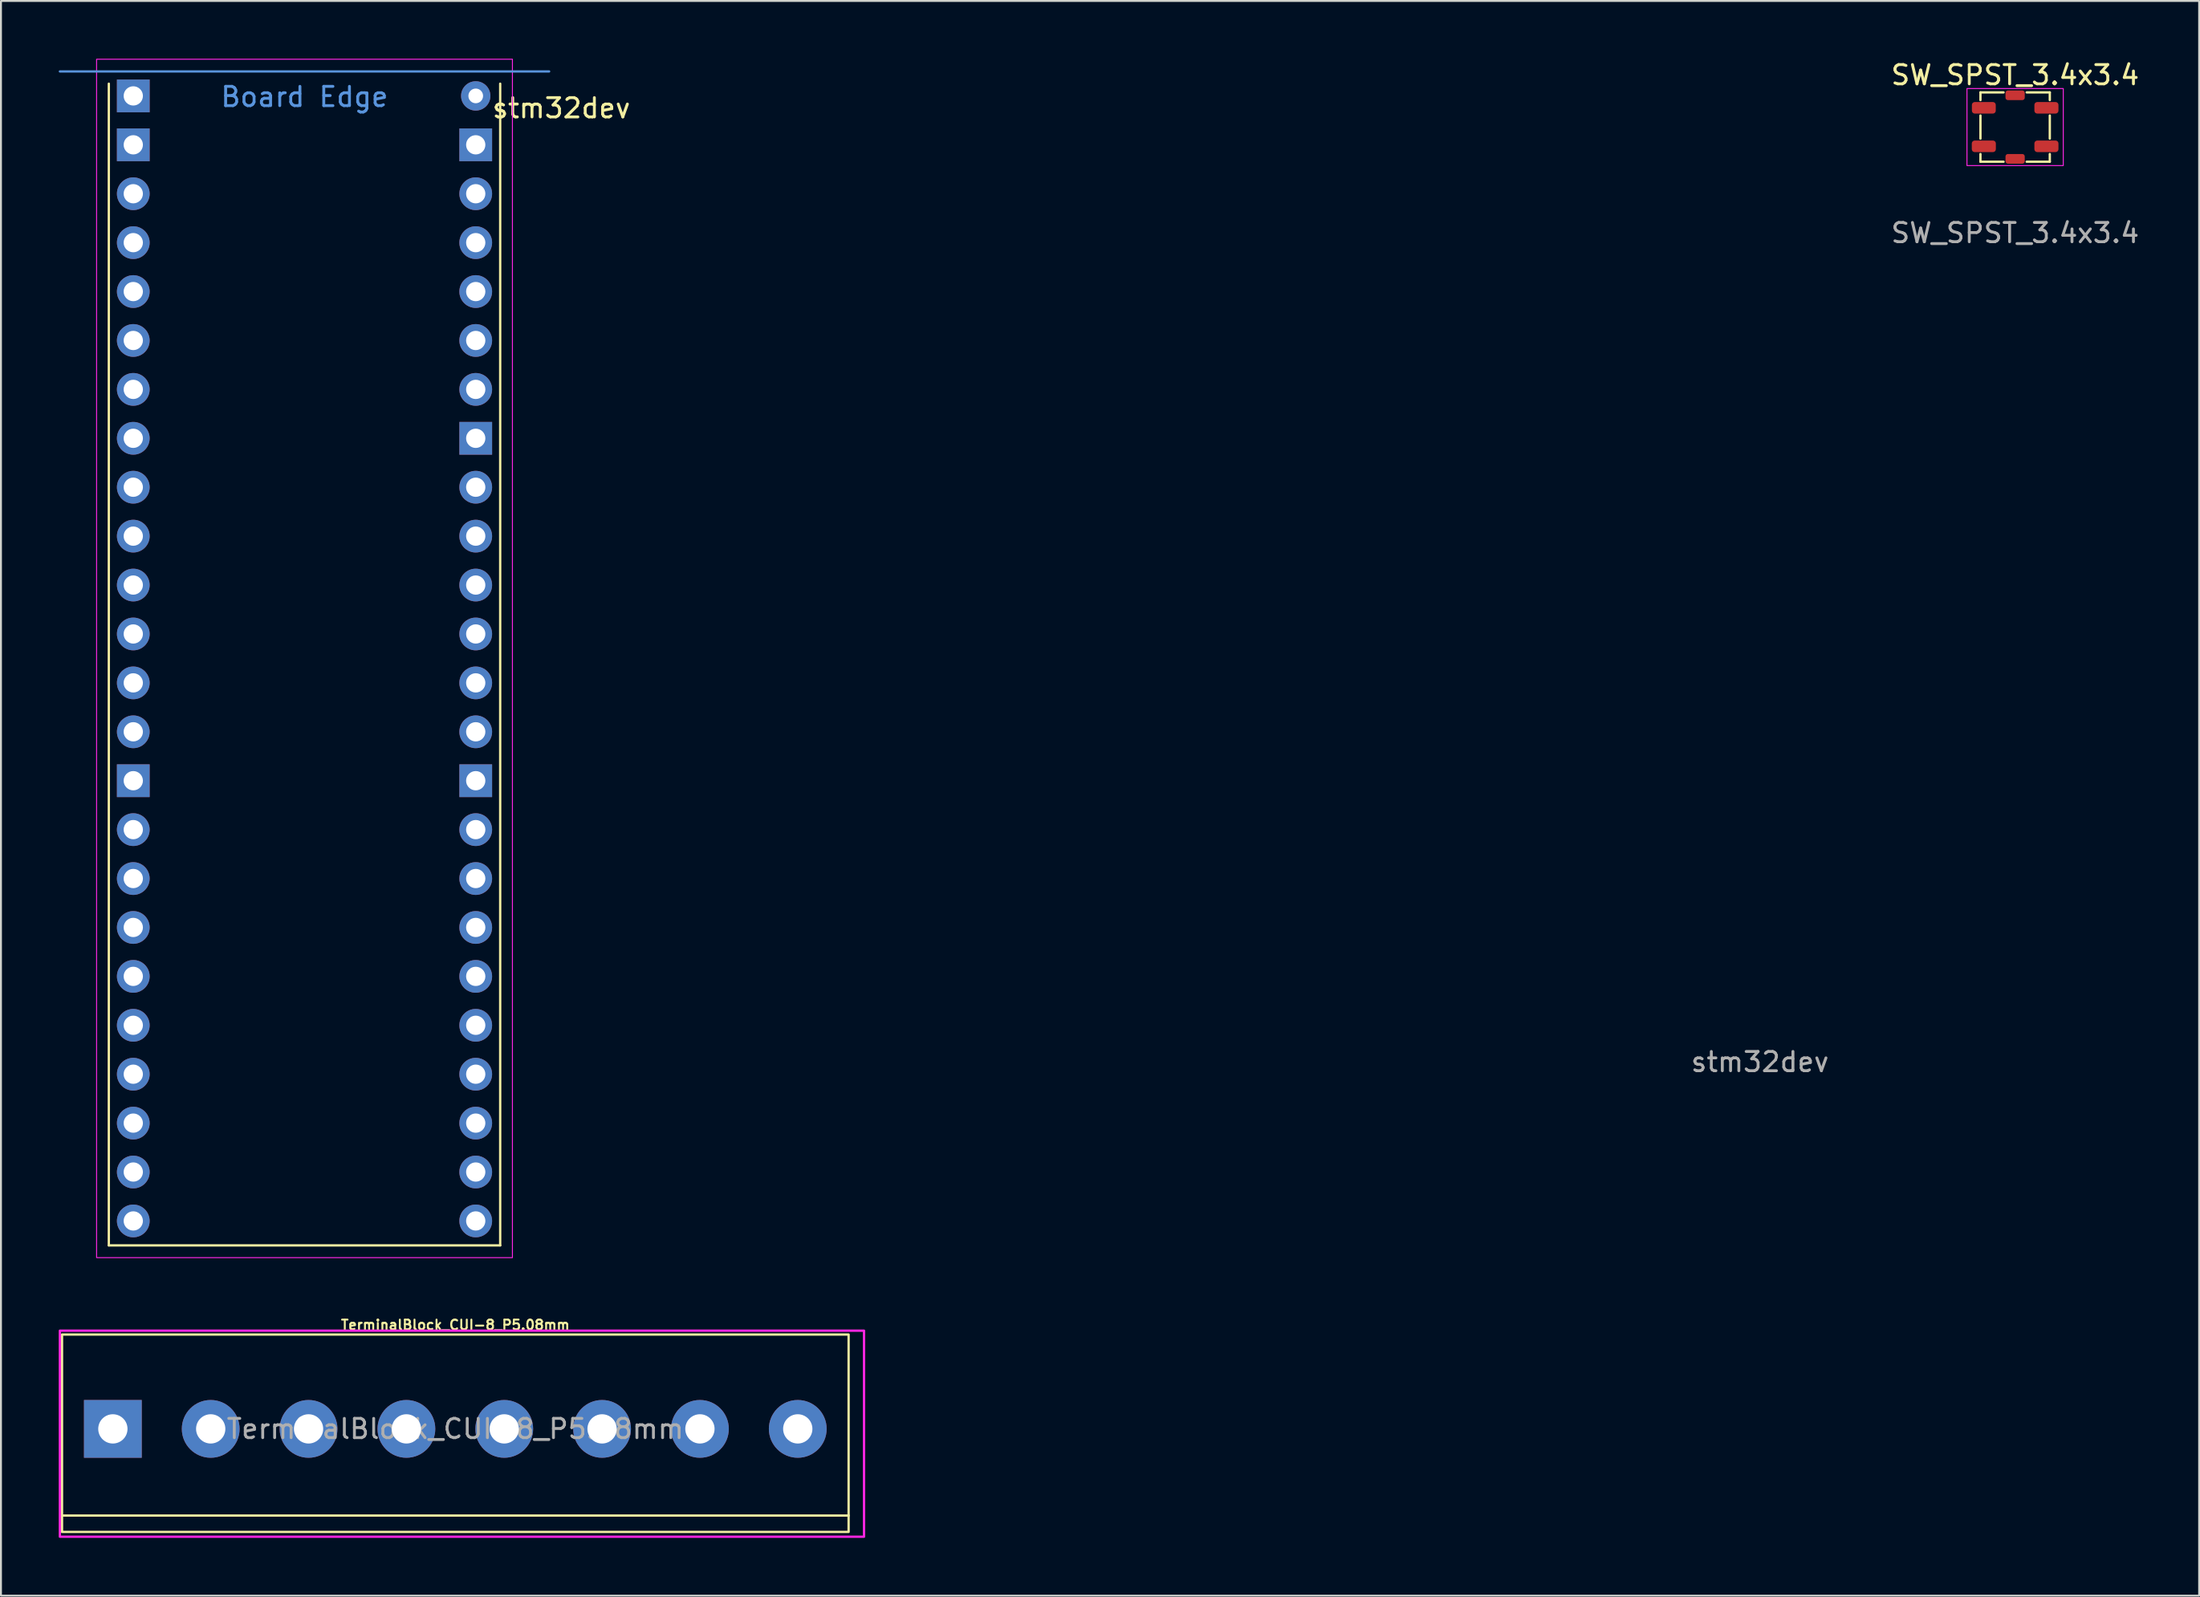
<source format=kicad_pcb>
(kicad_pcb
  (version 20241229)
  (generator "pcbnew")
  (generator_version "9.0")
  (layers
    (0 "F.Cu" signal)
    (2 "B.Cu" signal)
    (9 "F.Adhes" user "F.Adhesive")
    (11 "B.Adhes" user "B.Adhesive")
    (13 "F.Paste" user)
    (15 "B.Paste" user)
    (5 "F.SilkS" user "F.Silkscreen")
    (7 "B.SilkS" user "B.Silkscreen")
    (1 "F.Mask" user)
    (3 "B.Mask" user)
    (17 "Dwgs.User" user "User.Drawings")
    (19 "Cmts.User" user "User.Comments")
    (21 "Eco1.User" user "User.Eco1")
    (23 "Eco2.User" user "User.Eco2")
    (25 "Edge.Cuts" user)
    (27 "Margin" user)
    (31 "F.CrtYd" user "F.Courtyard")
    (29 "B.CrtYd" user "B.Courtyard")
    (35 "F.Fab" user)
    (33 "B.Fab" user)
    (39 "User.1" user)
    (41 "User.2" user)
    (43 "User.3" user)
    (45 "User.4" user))
  (footprint "SW_SPST_3.4x3.4"
    (layer "F.Cu")
    (at 101.575 3.548)
    (property "Reference" "SW_SPST_3.4x3.4" (at 0 -2.7 0) (unlocked yes) (layer "F.SilkS") (effects (font (size 1 1) (thickness 0.15))))
    (attr smd)
    (fp_line (start -1.8 -1.8) (end -1.8 -1.4) (stroke (width 0.12) (type default)) (layer "F.SilkS"))
    (fp_line (start -1.8 0.6) (end -1.8 -0.6) (stroke (width 0.12) (type default)) (layer "F.SilkS"))
    (fp_line (start -1.8 1.8) (end -1.8 1.4) (stroke (width 0.12) (type default)) (layer "F.SilkS"))
    (fp_line (start -0.6 -1.8) (end -1.8 -1.8) (stroke (width 0.12) (type default)) (layer "F.SilkS"))
    (fp_line (start -0.6 1.8) (end -1.8 1.8) (stroke (width 0.12) (type default)) (layer "F.SilkS"))
    (fp_line (start 0.6 -1.8) (end 1.8 -1.8) (stroke (width 0.12) (type default)) (layer "F.SilkS"))
    (fp_line (start 1.8 -1.8) (end 1.8 -1.4) (stroke (width 0.12) (type default)) (layer "F.SilkS"))
    (fp_line (start 1.8 0.6) (end 1.8 -0.6) (stroke (width 0.12) (type default)) (layer "F.SilkS"))
    (fp_line (start 1.8 1.4) (end 1.8 1.8) (stroke (width 0.12) (type default)) (layer "F.SilkS"))
    (fp_line (start 1.8 1.8) (end 0.6 1.8) (stroke (width 0.12) (type default)) (layer "F.SilkS"))
    (fp_rect (start -2.5 -2) (end 2.5 2) (stroke (width 0.05) (type default)) (fill no) (layer "F.CrtYd"))
    (fp_text user "${REFERENCE}" (at 0 5.5 0) (unlocked yes) (layer "F.Fab") (effects (font (size 1 1) (thickness 0.15))))
    (pad "1" smd roundrect (at -1.625 -1) (size 1.24 0.6) (layers "F.Cu" "F.Mask" "F.Paste") (roundrect_rratio 0.25))
    (pad "1" smd roundrect (at 1.625 -1) (size 1.25 0.6) (layers "F.Cu" "F.Mask" "F.Paste") (roundrect_rratio 0.25))
    (pad "2" smd roundrect (at -1.625 1) (size 1.25 0.6) (layers "F.Cu" "F.Mask" "F.Paste") (roundrect_rratio 0.25))
    (pad "2" smd roundrect (at 1.625 1) (size 1.25 0.6) (layers "F.Cu" "F.Mask" "F.Paste") (roundrect_rratio 0.25))
    (pad "MECH" smd roundrect (at 0 -1.65) (size 1 0.5) (layers "F.Cu" "F.Mask" "F.Paste") (roundrect_rratio 0.25))
    (pad "MECH" smd roundrect (at 0 1.65) (size 1 0.5) (layers "F.Cu" "F.Mask" "F.Paste") (roundrect_rratio 0.25)))
  (footprint "stm32dev"
    (layer "F.Cu")
    (at 12.76 31.14)
    (property "Reference" "stm32dev" (at 13.335 -28.575 0) (unlocked yes) (layer "F.SilkS") (effects (font (size 1 1) (thickness 0.15))))
    (attr through_hole)
    (fp_line (start -10.16 -29.845) (end -10.16 30.48) (stroke (width 0.12) (type default)) (layer "F.SilkS"))
    (fp_line (start -10.16 30.48) (end 10.16 30.48) (stroke (width 0.12) (type default)) (layer "F.SilkS"))
    (fp_line (start 10.16 30.48) (end 10.16 -29.845) (stroke (width 0.12) (type default)) (layer "F.SilkS"))
    (fp_line (start 12.7 -30.48) (end -12.7 -30.48) (stroke (width 0.12) (type default)) (layer "Cmts.User"))
    (fp_rect (start -10.795 -31.115) (end 10.795 31.115) (stroke (width 0.05) (type default)) (fill no) (layer "F.CrtYd"))
    (fp_text user "Board Edge" (at 0 -28.575 0) (unlocked yes) (layer "Cmts.User") (effects (font (size 1 1) (thickness 0.15)) (justify bottom)))
    (fp_text user "${REFERENCE}" (at 75.565 20.955 0) (unlocked yes) (layer "F.Fab") (effects (font (size 1 1) (thickness 0.15))))
    (pad "1" thru_hole rect (at -8.89 -29.21) (size 1.7 1.7) (drill 1) (layers "*.Cu" "*.Mask"))
    (pad "2" thru_hole rect (at -8.89 -26.67) (size 1.7 1.7) (drill 1) (layers "*.Cu" "*.Mask"))
    (pad "3" thru_hole oval (at -8.89 -24.13) (size 1.7 1.7) (drill 1) (layers "*.Cu" "*.Mask"))
    (pad "4" thru_hole oval (at -8.89 -21.59) (size 1.7 1.7) (drill 1) (layers "*.Cu" "*.Mask"))
    (pad "5" thru_hole oval (at -8.89 -19.05) (size 1.7 1.7) (drill 1) (layers "*.Cu" "*.Mask"))
    (pad "6" thru_hole oval (at -8.89 -16.51) (size 1.7 1.7) (drill 1) (layers "*.Cu" "*.Mask"))
    (pad "7" thru_hole oval (at -8.89 -13.97) (size 1.7 1.7) (drill 1) (layers "*.Cu" "*.Mask"))
    (pad "8" thru_hole oval (at -8.89 -11.43) (size 1.7 1.7) (drill 1) (layers "*.Cu" "*.Mask"))
    (pad "9" thru_hole oval (at -8.89 -8.89) (size 1.7 1.7) (drill 1) (layers "*.Cu" "*.Mask"))
    (pad "10" thru_hole oval (at -8.89 -6.35) (size 1.7 1.7) (drill 1) (layers "*.Cu" "*.Mask"))
    (pad "11" thru_hole oval (at -8.89 -3.81) (size 1.7 1.7) (drill 1) (layers "*.Cu" "*.Mask"))
    (pad "12" thru_hole oval (at -8.89 -1.27) (size 1.7 1.7) (drill 1) (layers "*.Cu" "*.Mask"))
    (pad "13" thru_hole oval (at -8.89 1.27) (size 1.7 1.7) (drill 1) (layers "*.Cu" "*.Mask"))
    (pad "14" thru_hole oval (at -8.89 3.81) (size 1.7 1.7) (drill 1) (layers "*.Cu" "*.Mask"))
    (pad "15" thru_hole rect (at -8.89 6.35) (size 1.7 1.7) (drill 1) (layers "*.Cu" "*.Mask"))
    (pad "16" thru_hole oval (at -8.89 8.89) (size 1.7 1.7) (drill 1) (layers "*.Cu" "*.Mask"))
    (pad "17" thru_hole oval (at -8.89 11.43) (size 1.7 1.7) (drill 1) (layers "*.Cu" "*.Mask"))
    (pad "18" thru_hole oval (at -8.89 13.97) (size 1.7 1.7) (drill 1) (layers "*.Cu" "*.Mask"))
    (pad "19" thru_hole oval (at -8.89 16.51) (size 1.7 1.7) (drill 1) (layers "*.Cu" "*.Mask"))
    (pad "20" thru_hole oval (at -8.89 19.05) (size 1.7 1.7) (drill 1) (layers "*.Cu" "*.Mask"))
    (pad "21" thru_hole oval (at -8.89 21.59) (size 1.7 1.7) (drill 1) (layers "*.Cu" "*.Mask"))
    (pad "22" thru_hole oval (at -8.89 24.13) (size 1.7 1.7) (drill 1) (layers "*.Cu" "*.Mask"))
    (pad "23" thru_hole oval (at -8.89 26.67) (size 1.7 1.7) (drill 1) (layers "*.Cu" "*.Mask"))
    (pad "24" thru_hole oval (at -8.89 29.21) (size 1.7 1.7) (drill 1) (layers "*.Cu" "*.Mask"))
    (pad "25" thru_hole oval (at 8.89 29.21) (size 1.7 1.7) (drill 1) (layers "*.Cu" "*.Mask"))
    (pad "26" thru_hole oval (at 8.89 26.67) (size 1.7 1.7) (drill 1) (layers "*.Cu" "*.Mask"))
    (pad "27" thru_hole oval (at 8.89 24.13) (size 1.7 1.7) (drill 1) (layers "*.Cu" "*.Mask"))
    (pad "28" thru_hole oval (at 8.89 21.59) (size 1.7 1.7) (drill 1) (layers "*.Cu" "*.Mask"))
    (pad "29" thru_hole oval (at 8.89 19.05) (size 1.7 1.7) (drill 1) (layers "*.Cu" "*.Mask"))
    (pad "30" thru_hole oval (at 8.89 16.51) (size 1.7 1.7) (drill 1) (layers "*.Cu" "*.Mask"))
    (pad "31" thru_hole oval (at 8.89 13.97) (size 1.7 1.7) (drill 1) (layers "*.Cu" "*.Mask"))
    (pad "32" thru_hole oval (at 8.89 11.43) (size 1.7 1.7) (drill 1) (layers "*.Cu" "*.Mask"))
    (pad "33" thru_hole oval (at 8.89 8.89) (size 1.7 1.7) (drill 1) (layers "*.Cu" "*.Mask"))
    (pad "34" thru_hole rect (at 8.89 6.35) (size 1.7 1.7) (drill 1) (layers "*.Cu" "*.Mask"))
    (pad "35" thru_hole oval (at 8.89 3.81) (size 1.7 1.7) (drill 1) (layers "*.Cu" "*.Mask"))
    (pad "36" thru_hole oval (at 8.89 1.27) (size 1.7 1.7) (drill 1) (layers "*.Cu" "*.Mask"))
    (pad "37" thru_hole oval (at 8.89 -1.27) (size 1.7 1.7) (drill 1) (layers "*.Cu" "*.Mask"))
    (pad "38" thru_hole oval (at 8.89 -3.81) (size 1.7 1.7) (drill 1) (layers "*.Cu" "*.Mask"))
    (pad "39" thru_hole oval (at 8.89 -6.35) (size 1.7 1.7) (drill 1) (layers "*.Cu" "*.Mask"))
    (pad "40" thru_hole oval (at 8.89 -8.89) (size 1.7 1.7) (drill 1) (layers "*.Cu" "*.Mask"))
    (pad "41" thru_hole rect (at 8.89 -11.43) (size 1.7 1.7) (drill 1) (layers "*.Cu" "*.Mask"))
    (pad "42" thru_hole oval (at 8.89 -13.97) (size 1.7 1.7) (drill 1) (layers "*.Cu" "*.Mask"))
    (pad "43" thru_hole oval (at 8.89 -16.51) (size 1.7 1.7) (drill 1) (layers "*.Cu" "*.Mask"))
    (pad "44" thru_hole oval (at 8.89 -19.05) (size 1.7 1.7) (drill 1) (layers "*.Cu" "*.Mask"))
    (pad "45" thru_hole oval (at 8.89 -21.59) (size 1.7 1.7) (drill 1) (layers "*.Cu" "*.Mask"))
    (pad "46" thru_hole oval (at 8.89 -24.13) (size 1.7 1.7) (drill 1) (layers "*.Cu" "*.Mask"))
    (pad "47" thru_hole rect (at 8.89 -26.67) (size 1.7 1.7) (drill 1) (layers "*.Cu" "*.Mask"))
    (pad "48" thru_hole circle (at 8.89 -29.21) (size 1.524 1.524) (drill 0.762) (layers "*.Cu" "*.Mask")))
  (footprint "TerminalBlock_CUI-8_P5.08mm"
    (layer "F.Cu")
    (at 2.81 71.148)
    (property "Reference" "TerminalBlock_CUI-8_P5.08mm" (at 17.78 -5.4 180) (layer "F.SilkS") (effects (font (size 0.5 0.5) (thickness 0.1))))
    (attr through_hole)
    (fp_line (start -2.64 4.5) (end 38.2 4.5) (stroke (width 0.12) (type default)) (layer "F.SilkS"))
    (fp_rect (start -2.64 -4.9) (end 38.2 5.35) (stroke (width 0.12) (type default)) (fill no) (layer "F.SilkS"))
    (fp_rect (start -2.75 -5.1) (end 39 5.6) (stroke (width 0.12) (type default)) (fill no) (layer "F.CrtYd"))
    (fp_text user "${REFERENCE}" (at 17.78 0 180) (layer "F.Fab") (effects (font (size 1 1) (thickness 0.15))))
    (pad "1" thru_hole rect (at 0 0) (size 3 3) (drill 1.52) (layers "*.Cu" "*.Mask"))
    (pad "2" thru_hole circle (at 5.08 0) (size 3 3) (drill 1.52) (layers "*.Cu" "*.Mask"))
    (pad "3" thru_hole circle (at 10.16 0) (size 3 3) (drill 1.52) (layers "*.Cu" "*.Mask"))
    (pad "4" thru_hole circle (at 15.24 0) (size 3 3) (drill 1.52) (layers "*.Cu" "*.Mask"))
    (pad "5" thru_hole circle (at 20.32 0) (size 3 3) (drill 1.52) (layers "*.Cu" "*.Mask"))
    (pad "6" thru_hole circle (at 25.4 0) (size 3 3) (drill 1.52) (layers "*.Cu" "*.Mask"))
    (pad "7" thru_hole circle (at 30.48 0) (size 3 3) (drill 1.52) (layers "*.Cu" "*.Mask"))
    (pad "8" thru_hole circle (at 35.56 0) (size 3 3) (drill 1.52) (layers "*.Cu" "*.Mask")))
  (gr_rect
    (start -3 -3)
    (end 111.129 79.808)
    (stroke (width 0.1) (type default))
    (fill no)
    (layer "Edge.Cuts")))
</source>
